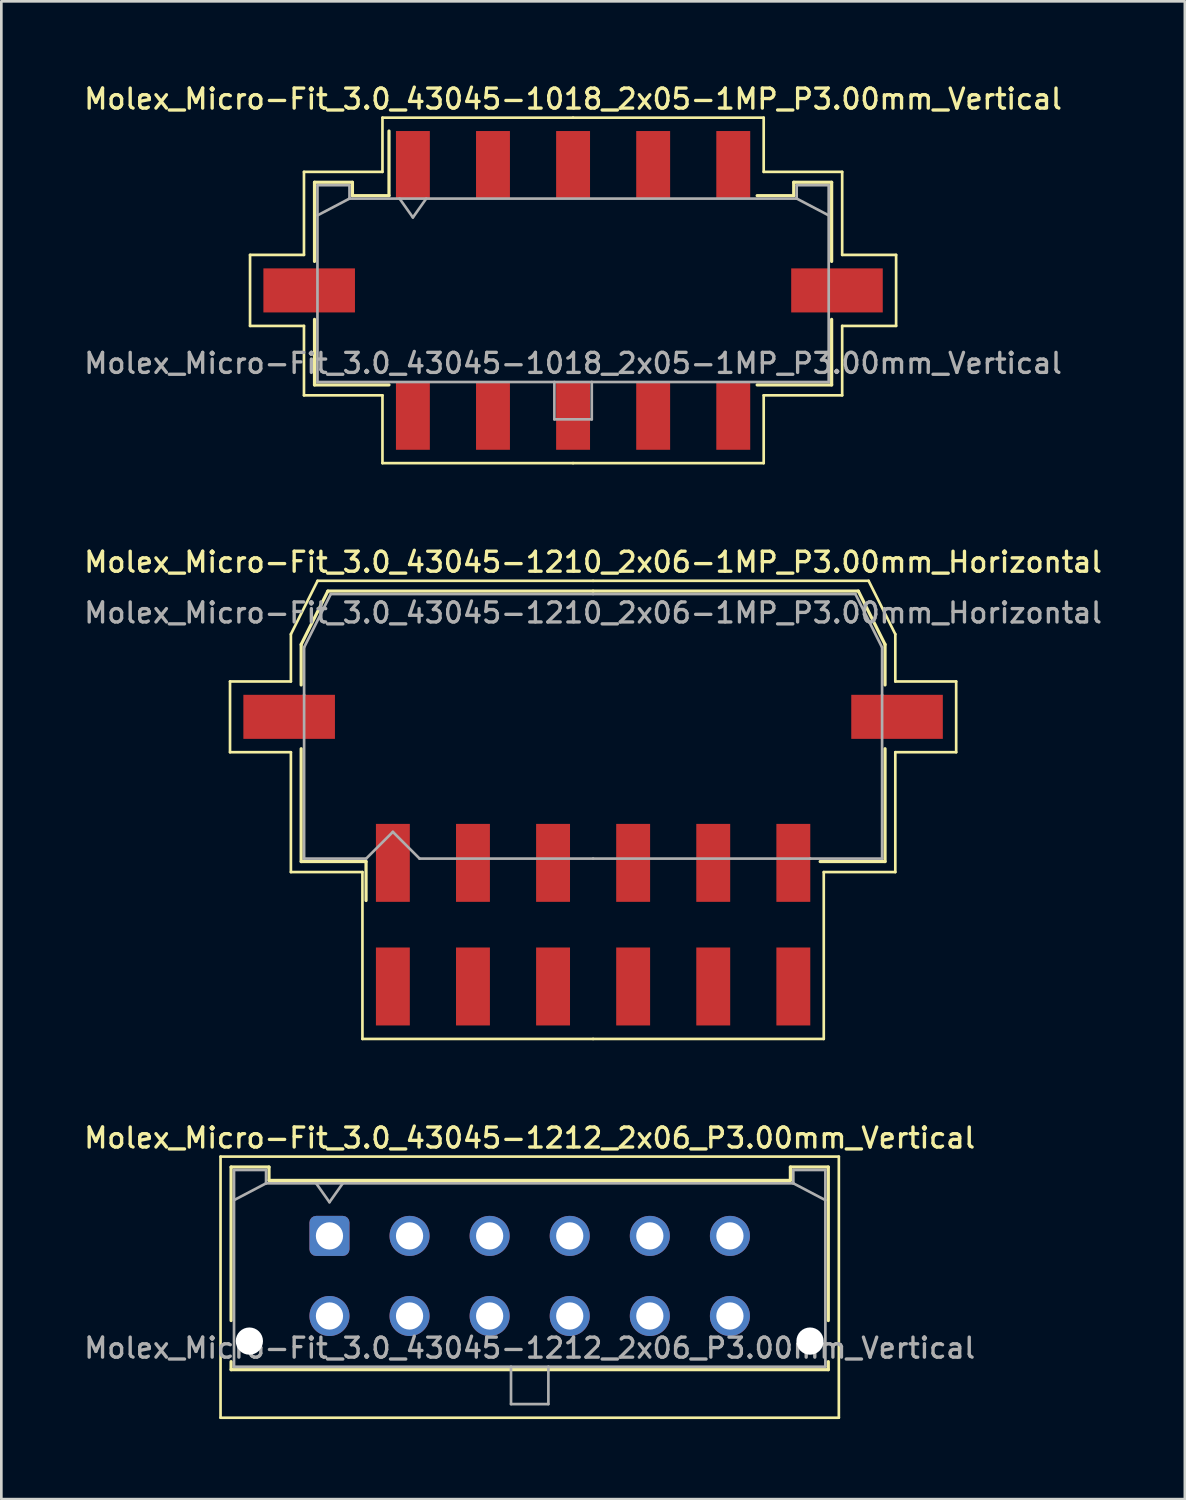
<source format=kicad_pcb>
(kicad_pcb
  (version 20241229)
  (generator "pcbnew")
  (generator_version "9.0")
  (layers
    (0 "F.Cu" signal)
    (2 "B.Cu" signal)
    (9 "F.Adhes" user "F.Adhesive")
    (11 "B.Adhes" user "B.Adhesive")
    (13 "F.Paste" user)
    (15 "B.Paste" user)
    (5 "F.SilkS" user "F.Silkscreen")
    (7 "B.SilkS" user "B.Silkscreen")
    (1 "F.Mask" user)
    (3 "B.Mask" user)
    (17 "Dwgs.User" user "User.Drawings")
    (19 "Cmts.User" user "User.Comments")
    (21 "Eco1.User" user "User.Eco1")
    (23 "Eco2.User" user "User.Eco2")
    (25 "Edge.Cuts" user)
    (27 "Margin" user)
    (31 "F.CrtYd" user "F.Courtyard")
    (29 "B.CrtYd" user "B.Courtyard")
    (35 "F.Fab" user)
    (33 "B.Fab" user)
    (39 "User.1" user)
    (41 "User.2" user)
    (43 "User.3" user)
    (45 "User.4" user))
  (footprint "Molex_Micro-Fit_3.0_43045-1210_2x06-1MP_P3.00mm_Horizontal"
    (layer "F.Cu")
    (at 19.166 31.586)
    (property "Reference" "Molex_Micro-Fit_3.0_43045-1210_2x06-1MP_P3.00mm_Horizontal" (at 0 -13.58 0) (layer "F.SilkS") (effects (font (size 0.75 0.75) (thickness 0.125))))
    (attr smd)
    (fp_line (start -13.6 -9.11) (end -13.6 -6.46) (stroke (width 0.1) (type solid)) (layer "F.SilkS"))
    (fp_line (start -13.6 -6.46) (end -11.32 -6.46) (stroke (width 0.1) (type solid)) (layer "F.SilkS"))
    (fp_line (start -11.32 -10.88) (end -11.32 -9.11) (stroke (width 0.1) (type solid)) (layer "F.SilkS"))
    (fp_line (start -11.32 -9.11) (end -13.6 -9.11) (stroke (width 0.1) (type solid)) (layer "F.SilkS"))
    (fp_line (start -11.32 -6.46) (end -11.32 -1.97) (stroke (width 0.1) (type solid)) (layer "F.SilkS"))
    (fp_line (start -11.32 -1.97) (end -8.64 -1.97) (stroke (width 0.1) (type solid)) (layer "F.SilkS"))
    (fp_line (start -10.935 -10.495) (end -10.935 -8.98) (stroke (width 0.12) (type solid)) (layer "F.SilkS"))
    (fp_line (start -10.935 -6.59) (end -10.935 -2.365) (stroke (width 0.12) (type solid)) (layer "F.SilkS"))
    (fp_line (start -10.935 -2.365) (end -8.505 -2.365) (stroke (width 0.12) (type solid)) (layer "F.SilkS"))
    (fp_line (start -10.32 -12.88) (end -11.32 -10.88) (stroke (width 0.1) (type solid)) (layer "F.SilkS"))
    (fp_line (start -9.935 -12.495) (end -10.935 -10.495) (stroke (width 0.12) (type solid)) (layer "F.SilkS"))
    (fp_line (start -8.64 -1.97) (end -8.64 4.28) (stroke (width 0.1) (type solid)) (layer "F.SilkS"))
    (fp_line (start -8.64 4.28) (end 0 4.28) (stroke (width 0.1) (type solid)) (layer "F.SilkS"))
    (fp_line (start -8.505 -2.365) (end -8.505 -0.905) (stroke (width 0.12) (type solid)) (layer "F.SilkS"))
    (fp_line (start 0 -12.88) (end -10.32 -12.88) (stroke (width 0.1) (type solid)) (layer "F.SilkS"))
    (fp_line (start 0 -12.88) (end 10.32 -12.88) (stroke (width 0.1) (type solid)) (layer "F.SilkS"))
    (fp_line (start 0 -12.495) (end -9.935 -12.495) (stroke (width 0.12) (type solid)) (layer "F.SilkS"))
    (fp_line (start 0 -12.495) (end 9.935 -12.495) (stroke (width 0.12) (type solid)) (layer "F.SilkS"))
    (fp_line (start 8.64 -1.97) (end 8.64 4.28) (stroke (width 0.1) (type solid)) (layer "F.SilkS"))
    (fp_line (start 8.64 4.28) (end 0 4.28) (stroke (width 0.1) (type solid)) (layer "F.SilkS"))
    (fp_line (start 9.935 -12.495) (end 10.935 -10.495) (stroke (width 0.12) (type solid)) (layer "F.SilkS"))
    (fp_line (start 10.32 -12.88) (end 11.32 -10.88) (stroke (width 0.1) (type solid)) (layer "F.SilkS"))
    (fp_line (start 10.935 -10.495) (end 10.935 -8.98) (stroke (width 0.12) (type solid)) (layer "F.SilkS"))
    (fp_line (start 10.935 -6.59) (end 10.935 -2.365) (stroke (width 0.12) (type solid)) (layer "F.SilkS"))
    (fp_line (start 10.935 -2.365) (end 8.505 -2.365) (stroke (width 0.12) (type solid)) (layer "F.SilkS"))
    (fp_line (start 11.32 -10.88) (end 11.32 -9.11) (stroke (width 0.1) (type solid)) (layer "F.SilkS"))
    (fp_line (start 11.32 -9.11) (end 13.6 -9.11) (stroke (width 0.1) (type solid)) (layer "F.SilkS"))
    (fp_line (start 11.32 -6.46) (end 11.32 -1.97) (stroke (width 0.1) (type solid)) (layer "F.SilkS"))
    (fp_line (start 11.32 -1.97) (end 8.64 -1.97) (stroke (width 0.1) (type solid)) (layer "F.SilkS"))
    (fp_line (start 13.6 -9.11) (end 13.6 -6.46) (stroke (width 0.1) (type solid)) (layer "F.SilkS"))
    (fp_line (start 13.6 -6.46) (end 11.32 -6.46) (stroke (width 0.1) (type solid)) (layer "F.SilkS"))
    (fp_line (start -10.825 -10.385) (end -10.825 -8.61) (stroke (width 0.1) (type solid)) (layer "F.Fab"))
    (fp_line (start -10.825 -8.61) (end -10.825 -2.475) (stroke (width 0.1) (type solid)) (layer "F.Fab"))
    (fp_line (start -10.825 -2.475) (end -8.5 -2.475) (stroke (width 0.1) (type solid)) (layer "F.Fab"))
    (fp_line (start -9.825 -12.385) (end -10.825 -10.385) (stroke (width 0.1) (type solid)) (layer "F.Fab"))
    (fp_line (start -8.5 -2.475) (end -7.5 -3.475) (stroke (width 0.1) (type solid)) (layer "F.Fab"))
    (fp_line (start -7.5 -3.475) (end -6.5 -2.475) (stroke (width 0.1) (type solid)) (layer "F.Fab"))
    (fp_line (start -6.5 -2.475) (end 0 -2.475) (stroke (width 0.1) (type solid)) (layer "F.Fab"))
    (fp_line (start 0 -12.385) (end -9.825 -12.385) (stroke (width 0.1) (type solid)) (layer "F.Fab"))
    (fp_line (start 0 -12.385) (end 9.825 -12.385) (stroke (width 0.1) (type solid)) (layer "F.Fab"))
    (fp_line (start 8.135 -2.475) (end 0 -2.475) (stroke (width 0.1) (type solid)) (layer "F.Fab"))
    (fp_line (start 9.825 -12.385) (end 10.825 -10.385) (stroke (width 0.1) (type solid)) (layer "F.Fab"))
    (fp_line (start 10.825 -10.385) (end 10.825 -8.61) (stroke (width 0.1) (type solid)) (layer "F.Fab"))
    (fp_line (start 10.825 -8.61) (end 10.825 -2.475) (stroke (width 0.1) (type solid)) (layer "F.Fab"))
    (fp_line (start 10.825 -2.475) (end 8.135 -2.475) (stroke (width 0.1) (type solid)) (layer "F.Fab"))
    (fp_text user "${REFERENCE}" (at 0 -11.68 0) (layer "F.Fab") (effects (font (size 0.75 0.75) (thickness 0.125))))
    (pad "1" smd rect (at -7.5 -2.315) (size 1.27 2.92) (layers "F.Cu" "F.Mask" "F.Paste"))
    (pad "2" smd rect (at -4.5 -2.315) (size 1.27 2.92) (layers "F.Cu" "F.Mask" "F.Paste"))
    (pad "3" smd rect (at -1.5 -2.315) (size 1.27 2.92) (layers "F.Cu" "F.Mask" "F.Paste"))
    (pad "4" smd rect (at 1.5 -2.315) (size 1.27 2.92) (layers "F.Cu" "F.Mask" "F.Paste"))
    (pad "5" smd rect (at 4.5 -2.315) (size 1.27 2.92) (layers "F.Cu" "F.Mask" "F.Paste"))
    (pad "6" smd rect (at 7.5 -2.315) (size 1.27 2.92) (layers "F.Cu" "F.Mask" "F.Paste"))
    (pad "7" smd rect (at -7.5 2.315) (size 1.27 2.92) (layers "F.Cu" "F.Mask" "F.Paste"))
    (pad "8" smd rect (at -4.5 2.315) (size 1.27 2.92) (layers "F.Cu" "F.Mask" "F.Paste"))
    (pad "9" smd rect (at -1.5 2.315) (size 1.27 2.92) (layers "F.Cu" "F.Mask" "F.Paste"))
    (pad "10" smd rect (at 1.5 2.315) (size 1.27 2.92) (layers "F.Cu" "F.Mask" "F.Paste"))
    (pad "11" smd rect (at 4.5 2.315) (size 1.27 2.92) (layers "F.Cu" "F.Mask" "F.Paste"))
    (pad "12" smd rect (at 7.5 2.315) (size 1.27 2.92) (layers "F.Cu" "F.Mask" "F.Paste"))
    (pad "MP" smd rect (at -11.385 -7.785) (size 3.43 1.65) (layers "F.Cu" "F.Mask" "F.Paste"))
    (pad "MP" smd rect (at 11.385 -7.785) (size 3.43 1.65) (layers "F.Cu" "F.Mask" "F.Paste")))
  (footprint "Molex_Micro-Fit_3.0_43045-1212_2x06_P3.00mm_Vertical"
    (layer "F.Cu")
    (at 9.291 43.244)
    (property "Reference" "Molex_Micro-Fit_3.0_43045-1212_2x06_P3.00mm_Vertical" (at 7.5 -3.67 0) (layer "F.SilkS") (effects (font (size 0.75 0.75) (thickness 0.125))))
    (attr through_hole)
    (fp_line (start -4.08 -2.97) (end 19.08 -2.97) (stroke (width 0.1) (type solid)) (layer "F.SilkS"))
    (fp_line (start -4.08 6.81) (end -4.08 -2.97) (stroke (width 0.1) (type solid)) (layer "F.SilkS"))
    (fp_line (start -3.685 -2.58) (end -2.265 -2.58) (stroke (width 0.12) (type solid)) (layer "F.SilkS"))
    (fp_line (start -3.685 3.17) (end -3.685 -2.58) (stroke (width 0.12) (type solid)) (layer "F.SilkS"))
    (fp_line (start -3.685 4.71) (end -3.685 5.01) (stroke (width 0.12) (type solid)) (layer "F.SilkS"))
    (fp_line (start -3.685 5.01) (end 18.685 5.01) (stroke (width 0.12) (type solid)) (layer "F.SilkS"))
    (fp_line (start -2.265 -2.58) (end -2.265 -2.08) (stroke (width 0.12) (type solid)) (layer "F.SilkS"))
    (fp_line (start -2.265 -2.08) (end 17.265 -2.08) (stroke (width 0.12) (type solid)) (layer "F.SilkS"))
    (fp_line (start 17.265 -2.58) (end 18.685 -2.58) (stroke (width 0.12) (type solid)) (layer "F.SilkS"))
    (fp_line (start 17.265 -2.08) (end 17.265 -2.58) (stroke (width 0.12) (type solid)) (layer "F.SilkS"))
    (fp_line (start 18.685 -2.58) (end 18.685 3.17) (stroke (width 0.12) (type solid)) (layer "F.SilkS"))
    (fp_line (start 18.685 5.01) (end 18.685 4.71) (stroke (width 0.12) (type solid)) (layer "F.SilkS"))
    (fp_line (start 19.08 -2.97) (end 19.08 6.81) (stroke (width 0.1) (type solid)) (layer "F.SilkS"))
    (fp_line (start 19.08 6.81) (end -4.08 6.81) (stroke (width 0.1) (type solid)) (layer "F.SilkS"))
    (fp_line (start -3.575 -2.47) (end -3.575 4.9) (stroke (width 0.1) (type solid)) (layer "F.Fab"))
    (fp_line (start -3.575 -1.34) (end -2.375 -1.97) (stroke (width 0.1) (type solid)) (layer "F.Fab"))
    (fp_line (start -3.575 4.9) (end 18.575 4.9) (stroke (width 0.1) (type solid)) (layer "F.Fab"))
    (fp_line (start -2.375 -2.47) (end -3.575 -2.47) (stroke (width 0.1) (type solid)) (layer "F.Fab"))
    (fp_line (start -2.375 -1.97) (end -2.375 -2.47) (stroke (width 0.1) (type solid)) (layer "F.Fab"))
    (fp_line (start -0.5 -1.97) (end 0 -1.263) (stroke (width 0.1) (type solid)) (layer "F.Fab"))
    (fp_line (start 0 -1.263) (end 0.5 -1.97) (stroke (width 0.1) (type solid)) (layer "F.Fab"))
    (fp_line (start 6.8 4.9) (end 6.8 6.3) (stroke (width 0.1) (type solid)) (layer "F.Fab"))
    (fp_line (start 6.8 6.3) (end 8.2 6.3) (stroke (width 0.1) (type solid)) (layer "F.Fab"))
    (fp_line (start 8.2 6.3) (end 8.2 4.9) (stroke (width 0.1) (type solid)) (layer "F.Fab"))
    (fp_line (start 17.375 -2.47) (end 17.375 -1.97) (stroke (width 0.1) (type solid)) (layer "F.Fab"))
    (fp_line (start 17.375 -1.97) (end -2.375 -1.97) (stroke (width 0.1) (type solid)) (layer "F.Fab"))
    (fp_line (start 18.575 -2.47) (end 17.375 -2.47) (stroke (width 0.1) (type solid)) (layer "F.Fab"))
    (fp_line (start 18.575 -1.34) (end 17.375 -1.97) (stroke (width 0.1) (type solid)) (layer "F.Fab"))
    (fp_line (start 18.575 4.9) (end 18.575 -2.47) (stroke (width 0.1) (type solid)) (layer "F.Fab"))
    (fp_text user "${REFERENCE}" (at 7.5 4.2 0) (layer "F.Fab") (effects (font (size 0.75 0.75) (thickness 0.125))))
    (pad "" np_thru_hole circle (at -3 3.94) (size 1.02 1.02) (drill 1.02) (layers "*.Cu" "*.Mask"))
    (pad "" np_thru_hole circle (at 18 3.94) (size 1.02 1.02) (drill 1.02) (layers "*.Cu" "*.Mask"))
    (pad "1" thru_hole roundrect (at 0 0) (size 1.5 1.5) (drill 1.02) (layers "*.Cu" "*.Mask") (roundrect_rratio 0.167))
    (pad "2" thru_hole circle (at 3 0) (size 1.5 1.5) (drill 1.02) (layers "*.Cu" "*.Mask"))
    (pad "3" thru_hole circle (at 6 0) (size 1.5 1.5) (drill 1.02) (layers "*.Cu" "*.Mask"))
    (pad "4" thru_hole circle (at 9 0) (size 1.5 1.5) (drill 1.02) (layers "*.Cu" "*.Mask"))
    (pad "5" thru_hole circle (at 12 0) (size 1.5 1.5) (drill 1.02) (layers "*.Cu" "*.Mask"))
    (pad "6" thru_hole circle (at 15 0) (size 1.5 1.5) (drill 1.02) (layers "*.Cu" "*.Mask"))
    (pad "7" thru_hole circle (at 0 3) (size 1.5 1.5) (drill 1.02) (layers "*.Cu" "*.Mask"))
    (pad "8" thru_hole circle (at 3 3) (size 1.5 1.5) (drill 1.02) (layers "*.Cu" "*.Mask"))
    (pad "9" thru_hole circle (at 6 3) (size 1.5 1.5) (drill 1.02) (layers "*.Cu" "*.Mask"))
    (pad "10" thru_hole circle (at 9 3) (size 1.5 1.5) (drill 1.02) (layers "*.Cu" "*.Mask"))
    (pad "11" thru_hole circle (at 12 3) (size 1.5 1.5) (drill 1.02) (layers "*.Cu" "*.Mask"))
    (pad "12" thru_hole circle (at 15 3) (size 1.5 1.5) (drill 1.02) (layers "*.Cu" "*.Mask")))
  (footprint "Molex_Micro-Fit_3.0_43045-1018_2x05-1MP_P3.00mm_Vertical"
    (layer "F.Cu")
    (at 18.416 7.828)
    (property "Reference" "Molex_Micro-Fit_3.0_43045-1018_2x05-1MP_P3.00mm_Vertical" (at 0 -7.17 0) (layer "F.SilkS") (effects (font (size 0.75 0.75) (thickness 0.125))))
    (attr smd)
    (fp_line (start -12.1 -1.33) (end -12.1 1.33) (stroke (width 0.1) (type solid)) (layer "F.SilkS"))
    (fp_line (start -12.1 1.33) (end -10.08 1.33) (stroke (width 0.1) (type solid)) (layer "F.SilkS"))
    (fp_line (start -10.08 -4.44) (end -10.08 -1.33) (stroke (width 0.1) (type solid)) (layer "F.SilkS"))
    (fp_line (start -10.08 -1.33) (end -12.1 -1.33) (stroke (width 0.1) (type solid)) (layer "F.SilkS"))
    (fp_line (start -10.08 1.33) (end -10.08 3.93) (stroke (width 0.1) (type solid)) (layer "F.SilkS"))
    (fp_line (start -10.08 3.93) (end -7.14 3.93) (stroke (width 0.1) (type solid)) (layer "F.SilkS"))
    (fp_line (start -9.685 -4.05) (end -8.265 -4.05) (stroke (width 0.12) (type solid)) (layer "F.SilkS"))
    (fp_line (start -9.685 -1.085) (end -9.685 -4.05) (stroke (width 0.12) (type solid)) (layer "F.SilkS"))
    (fp_line (start -9.685 1.085) (end -9.685 3.54) (stroke (width 0.12) (type solid)) (layer "F.SilkS"))
    (fp_line (start -9.685 3.54) (end -6.895 3.54) (stroke (width 0.12) (type solid)) (layer "F.SilkS"))
    (fp_line (start -8.265 -4.05) (end -8.265 -3.55) (stroke (width 0.12) (type solid)) (layer "F.SilkS"))
    (fp_line (start -8.265 -3.55) (end -6.895 -3.55) (stroke (width 0.12) (type solid)) (layer "F.SilkS"))
    (fp_line (start -7.14 -6.47) (end -7.14 -4.44) (stroke (width 0.1) (type solid)) (layer "F.SilkS"))
    (fp_line (start -7.14 -4.44) (end -10.08 -4.44) (stroke (width 0.1) (type solid)) (layer "F.SilkS"))
    (fp_line (start -7.14 3.93) (end -7.14 6.47) (stroke (width 0.1) (type solid)) (layer "F.SilkS"))
    (fp_line (start -7.14 6.47) (end 0 6.47) (stroke (width 0.1) (type solid)) (layer "F.SilkS"))
    (fp_line (start -6.895 -3.55) (end -6.895 -5.97) (stroke (width 0.12) (type solid)) (layer "F.SilkS"))
    (fp_line (start 0 -6.47) (end -7.14 -6.47) (stroke (width 0.1) (type solid)) (layer "F.SilkS"))
    (fp_line (start 0 -6.47) (end 7.14 -6.47) (stroke (width 0.1) (type solid)) (layer "F.SilkS"))
    (fp_line (start 7.14 -6.47) (end 7.14 -4.44) (stroke (width 0.1) (type solid)) (layer "F.SilkS"))
    (fp_line (start 7.14 -4.44) (end 10.08 -4.44) (stroke (width 0.1) (type solid)) (layer "F.SilkS"))
    (fp_line (start 7.14 3.93) (end 7.14 6.47) (stroke (width 0.1) (type solid)) (layer "F.SilkS"))
    (fp_line (start 7.14 6.47) (end 0 6.47) (stroke (width 0.1) (type solid)) (layer "F.SilkS"))
    (fp_line (start 8.265 -4.05) (end 8.265 -3.55) (stroke (width 0.12) (type solid)) (layer "F.SilkS"))
    (fp_line (start 8.265 -3.55) (end 6.895 -3.55) (stroke (width 0.12) (type solid)) (layer "F.SilkS"))
    (fp_line (start 9.685 -4.05) (end 8.265 -4.05) (stroke (width 0.12) (type solid)) (layer "F.SilkS"))
    (fp_line (start 9.685 -1.085) (end 9.685 -4.05) (stroke (width 0.12) (type solid)) (layer "F.SilkS"))
    (fp_line (start 9.685 1.085) (end 9.685 3.54) (stroke (width 0.12) (type solid)) (layer "F.SilkS"))
    (fp_line (start 9.685 3.54) (end 6.895 3.54) (stroke (width 0.12) (type solid)) (layer "F.SilkS"))
    (fp_line (start 10.08 -4.44) (end 10.08 -1.33) (stroke (width 0.1) (type solid)) (layer "F.SilkS"))
    (fp_line (start 10.08 -1.33) (end 12.1 -1.33) (stroke (width 0.1) (type solid)) (layer "F.SilkS"))
    (fp_line (start 10.08 1.33) (end 10.08 3.93) (stroke (width 0.1) (type solid)) (layer "F.SilkS"))
    (fp_line (start 10.08 3.93) (end 7.14 3.93) (stroke (width 0.1) (type solid)) (layer "F.SilkS"))
    (fp_line (start 12.1 -1.33) (end 12.1 1.33) (stroke (width 0.1) (type solid)) (layer "F.SilkS"))
    (fp_line (start 12.1 1.33) (end 10.08 1.33) (stroke (width 0.1) (type solid)) (layer "F.SilkS"))
    (fp_line (start -9.575 -3.94) (end -9.575 3.43) (stroke (width 0.1) (type solid)) (layer "F.Fab"))
    (fp_line (start -9.575 -2.81) (end -8.375 -3.44) (stroke (width 0.1) (type solid)) (layer "F.Fab"))
    (fp_line (start -9.575 3.43) (end 9.575 3.43) (stroke (width 0.1) (type solid)) (layer "F.Fab"))
    (fp_line (start -8.375 -3.94) (end -9.575 -3.94) (stroke (width 0.1) (type solid)) (layer "F.Fab"))
    (fp_line (start -8.375 -3.44) (end -8.375 -3.94) (stroke (width 0.1) (type solid)) (layer "F.Fab"))
    (fp_line (start -6.5 -3.44) (end -6 -2.733) (stroke (width 0.1) (type solid)) (layer "F.Fab"))
    (fp_line (start -6 -2.733) (end -5.5 -3.44) (stroke (width 0.1) (type solid)) (layer "F.Fab"))
    (fp_line (start -0.7 3.43) (end -0.7 4.83) (stroke (width 0.1) (type solid)) (layer "F.Fab"))
    (fp_line (start -0.7 4.83) (end 0.7 4.83) (stroke (width 0.1) (type solid)) (layer "F.Fab"))
    (fp_line (start 0.7 4.83) (end 0.7 3.43) (stroke (width 0.1) (type solid)) (layer "F.Fab"))
    (fp_line (start 8.375 -3.94) (end 8.375 -3.44) (stroke (width 0.1) (type solid)) (layer "F.Fab"))
    (fp_line (start 8.375 -3.44) (end -8.375 -3.44) (stroke (width 0.1) (type solid)) (layer "F.Fab"))
    (fp_line (start 9.575 -3.94) (end 8.375 -3.94) (stroke (width 0.1) (type solid)) (layer "F.Fab"))
    (fp_line (start 9.575 -2.81) (end 8.375 -3.44) (stroke (width 0.1) (type solid)) (layer "F.Fab"))
    (fp_line (start 9.575 3.43) (end 9.575 -3.94) (stroke (width 0.1) (type solid)) (layer "F.Fab"))
    (fp_text user "${REFERENCE}" (at 0 2.73 0) (layer "F.Fab") (effects (font (size 0.75 0.75) (thickness 0.125))))
    (pad "1" smd rect (at -6 -4.7) (size 1.27 2.54) (layers "F.Cu" "F.Mask" "F.Paste"))
    (pad "2" smd rect (at -3 -4.7) (size 1.27 2.54) (layers "F.Cu" "F.Mask" "F.Paste"))
    (pad "3" smd rect (at 0 -4.7) (size 1.27 2.54) (layers "F.Cu" "F.Mask" "F.Paste"))
    (pad "4" smd rect (at 3 -4.7) (size 1.27 2.54) (layers "F.Cu" "F.Mask" "F.Paste"))
    (pad "5" smd rect (at 6 -4.7) (size 1.27 2.54) (layers "F.Cu" "F.Mask" "F.Paste"))
    (pad "6" smd rect (at -6 4.7) (size 1.27 2.54) (layers "F.Cu" "F.Mask" "F.Paste"))
    (pad "7" smd rect (at -3 4.7) (size 1.27 2.54) (layers "F.Cu" "F.Mask" "F.Paste"))
    (pad "8" smd rect (at 0 4.7) (size 1.27 2.54) (layers "F.Cu" "F.Mask" "F.Paste"))
    (pad "9" smd rect (at 3 4.7) (size 1.27 2.54) (layers "F.Cu" "F.Mask" "F.Paste"))
    (pad "10" smd rect (at 6 4.7) (size 1.27 2.54) (layers "F.Cu" "F.Mask" "F.Paste"))
    (pad "MP" smd rect (at -9.885 0) (size 3.43 1.65) (layers "F.Cu" "F.Mask" "F.Paste"))
    (pad "MP" smd rect (at 9.885 0) (size 3.43 1.65) (layers "F.Cu" "F.Mask" "F.Paste")))
  (gr_rect
    (start -3 -3)
    (end 41.332 53.104)
    (stroke (width 0.1) (type default))
    (fill no)
    (layer "Edge.Cuts")))
</source>
